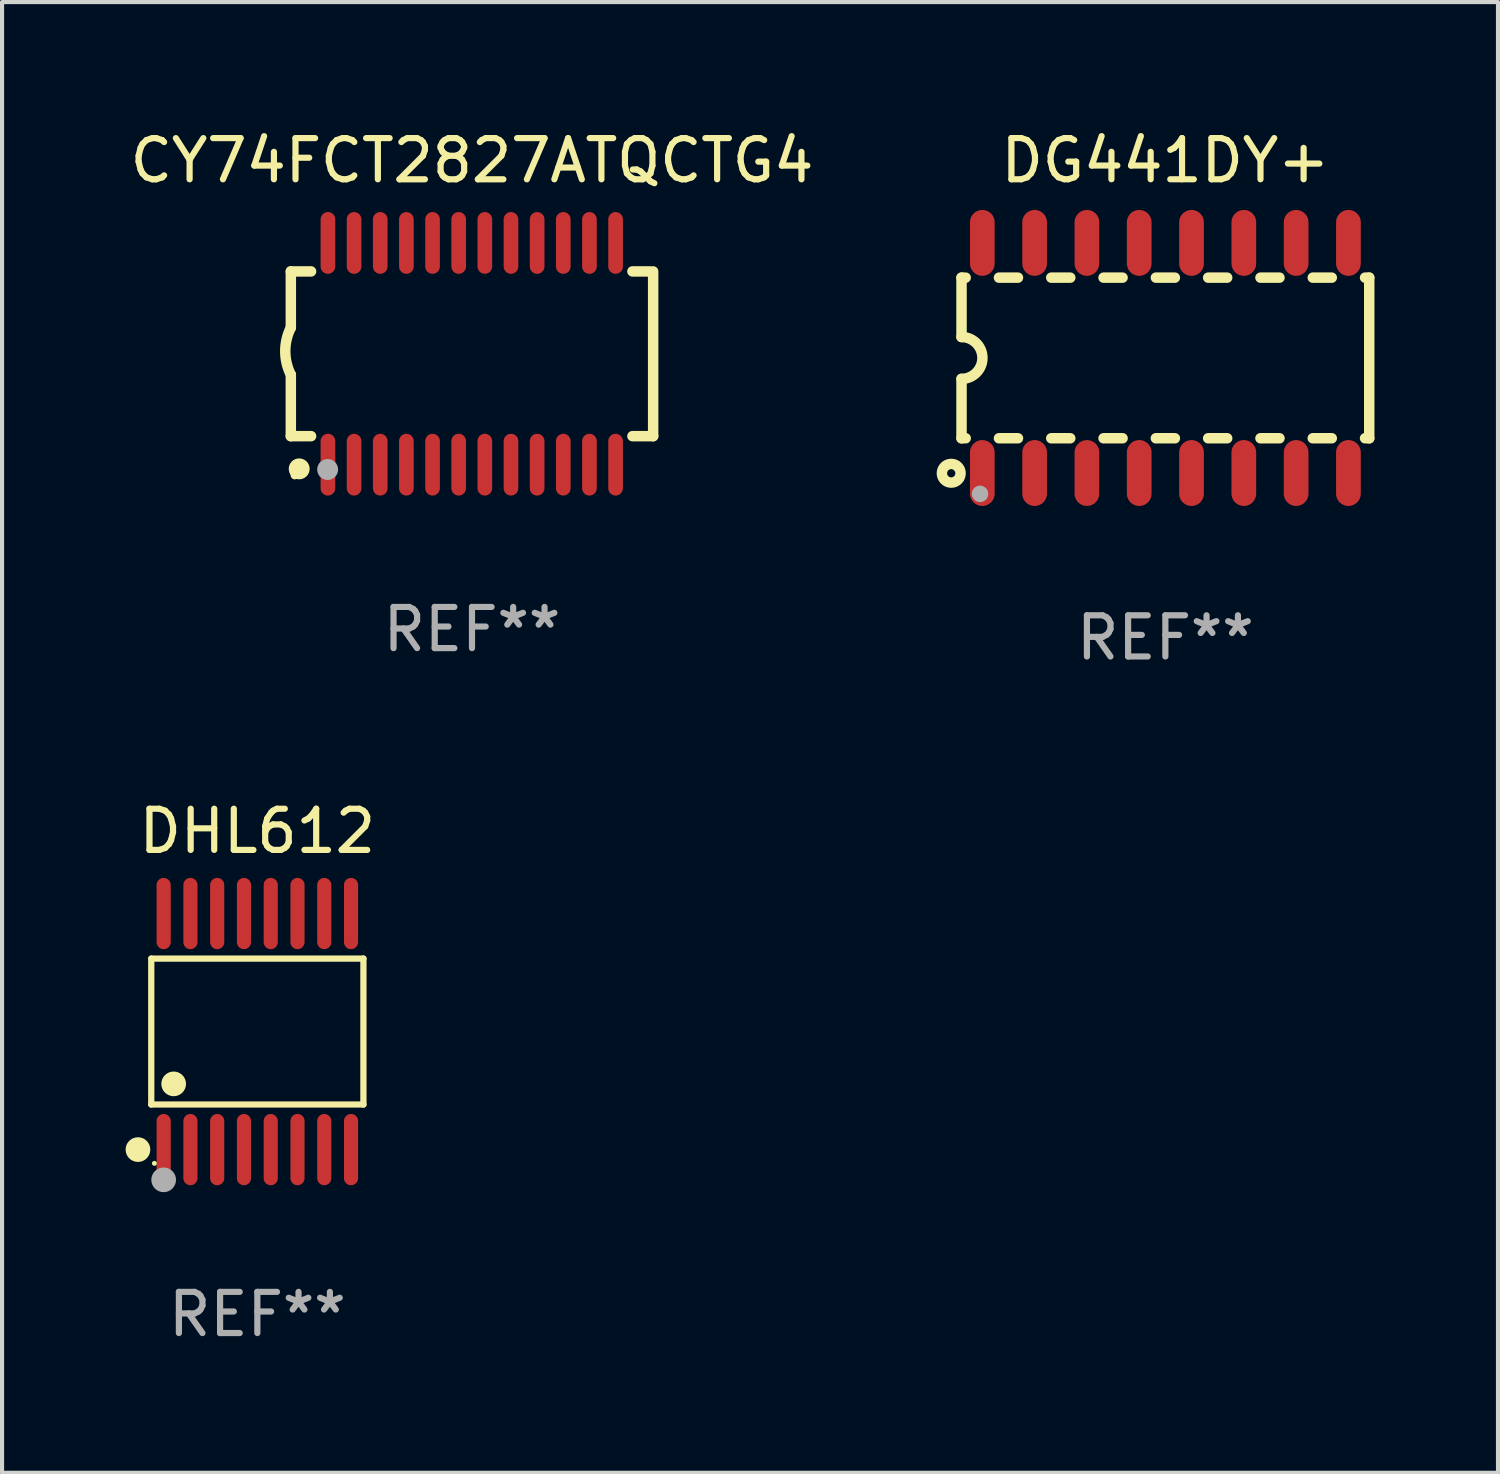
<source format=kicad_pcb>
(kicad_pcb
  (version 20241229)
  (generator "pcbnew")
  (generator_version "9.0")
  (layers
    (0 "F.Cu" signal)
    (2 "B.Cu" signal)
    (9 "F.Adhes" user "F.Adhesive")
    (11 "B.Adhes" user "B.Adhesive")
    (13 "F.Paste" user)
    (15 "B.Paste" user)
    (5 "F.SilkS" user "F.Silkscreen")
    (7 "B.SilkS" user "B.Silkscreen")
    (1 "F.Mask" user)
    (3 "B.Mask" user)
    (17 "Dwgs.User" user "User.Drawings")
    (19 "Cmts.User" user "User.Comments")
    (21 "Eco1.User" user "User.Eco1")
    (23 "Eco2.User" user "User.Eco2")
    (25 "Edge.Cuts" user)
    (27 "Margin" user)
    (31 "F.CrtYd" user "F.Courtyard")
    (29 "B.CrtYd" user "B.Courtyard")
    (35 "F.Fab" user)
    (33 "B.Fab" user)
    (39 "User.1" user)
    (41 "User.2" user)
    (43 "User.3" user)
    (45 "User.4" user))
  (footprint "CY74FCT2827ATQCTG4"
    (layer "F.Cu")
    (at 8.411 5.541)
    (property "Reference" "CY74FCT2827ATQCTG4" (at 0 -4.692 0) (layer "F.SilkS") (effects (font (size 1 1) (thickness 0.15))))
    (attr through_hole)
    (fp_line (start -4.399 -2) (end -4.399 -0.635) (stroke (width 0.254) (type solid)) (layer "F.SilkS"))
    (fp_line (start -4.399 -2) (end -3.907 -2) (stroke (width 0.254) (type solid)) (layer "F.SilkS"))
    (fp_line (start -4.399 2) (end -4.399 0.508) (stroke (width 0.254) (type solid)) (layer "F.SilkS"))
    (fp_line (start -4.399 2) (end -3.907 2) (stroke (width 0.254) (type solid)) (layer "F.SilkS"))
    (fp_line (start 3.896 -2) (end 4.313 -2) (stroke (width 0.254) (type solid)) (layer "F.SilkS"))
    (fp_line (start 3.896 2) (end 4.399 2) (stroke (width 0.254) (type solid)) (layer "F.SilkS"))
    (fp_line (start 4.399 2) (end 4.399 -2) (stroke (width 0.254) (type solid)) (layer "F.SilkS"))
    (fp_arc (start -4.399301 0.508001) (mid -4.534214 -0.0635) (end -4.399301 -0.635001) (stroke (width 0.254001) (type solid)) (layer "F.SilkS"))
    (fp_circle (center -4.305 2.95) (end -4.255 2.95) (stroke (width 0.1) (type solid)) (fill no) (layer "F.SilkS"))
    (fp_circle (center -4.196 2.794) (end -4.069 2.794) (stroke (width 0.254) (type solid)) (fill no) (layer "F.SilkS"))
    (fp_circle (center -3.505 2.81) (end -3.378 2.81) (stroke (width 0.254) (type solid)) (fill no) (layer "F.Fab"))
    (fp_text user "REF**" (at 0 6.692 0) (layer "F.Fab") (effects (font (size 1 1) (thickness 0.15))))
    (pad "1" smd oval (at -3.498 2.692 90) (size 1.5 0.356) (layers "F.Cu" "F.Mask" "F.Paste"))
    (pad "2" smd oval (at -2.863 2.692 90) (size 1.5 0.356) (layers "F.Cu" "F.Mask" "F.Paste"))
    (pad "3" smd oval (at -2.228 2.692 90) (size 1.5 0.356) (layers "F.Cu" "F.Mask" "F.Paste"))
    (pad "4" smd oval (at -1.593 2.692 90) (size 1.5 0.356) (layers "F.Cu" "F.Mask" "F.Paste"))
    (pad "5" smd oval (at -0.958 2.692 90) (size 1.5 0.356) (layers "F.Cu" "F.Mask" "F.Paste"))
    (pad "6" smd oval (at -0.323 2.692 90) (size 1.5 0.356) (layers "F.Cu" "F.Mask" "F.Paste"))
    (pad "7" smd oval (at 0.312 2.692 90) (size 1.5 0.356) (layers "F.Cu" "F.Mask" "F.Paste"))
    (pad "8" smd oval (at 0.947 2.692 90) (size 1.5 0.356) (layers "F.Cu" "F.Mask" "F.Paste"))
    (pad "9" smd oval (at 1.582 2.692 90) (size 1.5 0.356) (layers "F.Cu" "F.Mask" "F.Paste"))
    (pad "10" smd oval (at 2.217 2.692 90) (size 1.5 0.356) (layers "F.Cu" "F.Mask" "F.Paste"))
    (pad "11" smd oval (at 2.852 2.692 90) (size 1.5 0.356) (layers "F.Cu" "F.Mask" "F.Paste"))
    (pad "12" smd oval (at 3.487 2.692 90) (size 1.5 0.356) (layers "F.Cu" "F.Mask" "F.Paste"))
    (pad "13" smd oval (at 3.487 -2.692 90) (size 1.5 0.356) (layers "F.Cu" "F.Mask" "F.Paste"))
    (pad "14" smd oval (at 2.852 -2.692 90) (size 1.5 0.356) (layers "F.Cu" "F.Mask" "F.Paste"))
    (pad "15" smd oval (at 2.217 -2.692 90) (size 1.5 0.356) (layers "F.Cu" "F.Mask" "F.Paste"))
    (pad "16" smd oval (at 1.582 -2.692 90) (size 1.5 0.356) (layers "F.Cu" "F.Mask" "F.Paste"))
    (pad "17" smd oval (at 0.947 -2.692 90) (size 1.5 0.356) (layers "F.Cu" "F.Mask" "F.Paste"))
    (pad "18" smd oval (at 0.312 -2.692 90) (size 1.5 0.356) (layers "F.Cu" "F.Mask" "F.Paste"))
    (pad "19" smd oval (at -0.323 -2.692 90) (size 1.5 0.356) (layers "F.Cu" "F.Mask" "F.Paste"))
    (pad "20" smd oval (at -0.958 -2.692 90) (size 1.5 0.356) (layers "F.Cu" "F.Mask" "F.Paste"))
    (pad "21" smd oval (at -1.593 -2.692 90) (size 1.5 0.356) (layers "F.Cu" "F.Mask" "F.Paste"))
    (pad "22" smd oval (at -2.228 -2.692 90) (size 1.5 0.356) (layers "F.Cu" "F.Mask" "F.Paste"))
    (pad "23" smd oval (at -2.863 -2.692 90) (size 1.5 0.356) (layers "F.Cu" "F.Mask" "F.Paste"))
    (pad "24" smd oval (at -3.498 -2.692 90) (size 1.5 0.356) (layers "F.Cu" "F.Mask" "F.Paste")))
  (footprint "DHL612"
    (layer "F.Cu")
    (at 3.199 21.999)
    (property "Reference" "DHL612" (at 0 -4.866 0) (layer "F.SilkS") (effects (font (size 1 1) (thickness 0.15))))
    (attr through_hole)
    (fp_line (start -2.576 -1.772) (end 2.576 -1.772) (stroke (width 0.152) (type solid)) (layer "F.SilkS"))
    (fp_line (start -2.576 1.771) (end -2.576 -1.772) (stroke (width 0.152) (type solid)) (layer "F.SilkS"))
    (fp_line (start 2.576 -1.772) (end 2.576 1.771) (stroke (width 0.152) (type solid)) (layer "F.SilkS"))
    (fp_line (start 2.576 1.771) (end -2.576 1.771) (stroke (width 0.152) (type solid)) (layer "F.SilkS"))
    (fp_circle (center -2.899 2.866) (end -2.749 2.866) (stroke (width 0.3) (type solid)) (fill no) (layer "F.SilkS"))
    (fp_circle (center -2.5 3.2) (end -2.47 3.2) (stroke (width 0.06) (type solid)) (fill no) (layer "F.SilkS"))
    (fp_circle (center -2.032 1.27) (end -1.882 1.27) (stroke (width 0.3) (type solid)) (fill no) (layer "F.SilkS"))
    (fp_circle (center -2.275 3.6) (end -2.125 3.6) (stroke (width 0.3) (type solid)) (fill no) (layer "F.Fab"))
    (fp_text user "REF**" (at 0 6.866 0) (layer "F.Fab") (effects (font (size 1 1) (thickness 0.15))))
    (pad "1" smd oval (at -2.275 2.866) (size 0.343 1.731) (layers "F.Cu" "F.Mask" "F.Paste"))
    (pad "2" smd oval (at -1.625 2.866) (size 0.343 1.731) (layers "F.Cu" "F.Mask" "F.Paste"))
    (pad "3" smd oval (at -0.975 2.866) (size 0.343 1.731) (layers "F.Cu" "F.Mask" "F.Paste"))
    (pad "4" smd oval (at -0.325 2.866) (size 0.343 1.731) (layers "F.Cu" "F.Mask" "F.Paste"))
    (pad "5" smd oval (at 0.325 2.866) (size 0.343 1.731) (layers "F.Cu" "F.Mask" "F.Paste"))
    (pad "6" smd oval (at 0.975 2.866) (size 0.343 1.731) (layers "F.Cu" "F.Mask" "F.Paste"))
    (pad "7" smd oval (at 1.625 2.866) (size 0.343 1.731) (layers "F.Cu" "F.Mask" "F.Paste"))
    (pad "8" smd oval (at 2.275 2.866) (size 0.343 1.731) (layers "F.Cu" "F.Mask" "F.Paste"))
    (pad "9" smd oval (at 2.275 -2.866) (size 0.343 1.731) (layers "F.Cu" "F.Mask" "F.Paste"))
    (pad "10" smd oval (at 1.625 -2.866) (size 0.343 1.731) (layers "F.Cu" "F.Mask" "F.Paste"))
    (pad "11" smd oval (at 0.975 -2.866) (size 0.343 1.731) (layers "F.Cu" "F.Mask" "F.Paste"))
    (pad "12" smd oval (at 0.325 -2.866) (size 0.343 1.731) (layers "F.Cu" "F.Mask" "F.Paste"))
    (pad "13" smd oval (at -0.325 -2.866) (size 0.343 1.731) (layers "F.Cu" "F.Mask" "F.Paste"))
    (pad "14" smd oval (at -0.975 -2.866) (size 0.343 1.731) (layers "F.Cu" "F.Mask" "F.Paste"))
    (pad "15" smd oval (at -1.625 -2.866) (size 0.343 1.731) (layers "F.Cu" "F.Mask" "F.Paste"))
    (pad "16" smd oval (at -2.275 -2.866) (size 0.343 1.731) (layers "F.Cu" "F.Mask" "F.Paste")))
  (footprint "DG441DY+"
    (layer "F.Cu")
    (at 25.248 5.642)
    (property "Reference" "DG441DY+" (at 0 -4.794 0) (layer "F.SilkS") (effects (font (size 1 1) (thickness 0.15))))
    (attr through_hole)
    (fp_line (start -4.95 -1.95) (end -4.95 -0.508) (stroke (width 0.254) (type solid)) (layer "F.SilkS"))
    (fp_line (start -4.95 -1.95) (end -4.849 -1.95) (stroke (width 0.254) (type solid)) (layer "F.SilkS"))
    (fp_line (start -4.95 1.95) (end -4.95 0.508) (stroke (width 0.254) (type solid)) (layer "F.SilkS"))
    (fp_line (start -4.95 1.95) (end -4.849 1.95) (stroke (width 0.254) (type solid)) (layer "F.SilkS"))
    (fp_line (start -4.041 -1.95) (end -3.579 -1.95) (stroke (width 0.254) (type solid)) (layer "F.SilkS"))
    (fp_line (start -4.041 1.95) (end -3.579 1.95) (stroke (width 0.254) (type solid)) (layer "F.SilkS"))
    (fp_line (start -2.771 -1.95) (end -2.309 -1.95) (stroke (width 0.254) (type solid)) (layer "F.SilkS"))
    (fp_line (start -2.771 1.95) (end -2.309 1.95) (stroke (width 0.254) (type solid)) (layer "F.SilkS"))
    (fp_line (start -1.501 -1.95) (end -1.039 -1.95) (stroke (width 0.254) (type solid)) (layer "F.SilkS"))
    (fp_line (start -1.501 1.95) (end -1.039 1.95) (stroke (width 0.254) (type solid)) (layer "F.SilkS"))
    (fp_line (start -0.231 -1.95) (end 0.231 -1.95) (stroke (width 0.254) (type solid)) (layer "F.SilkS"))
    (fp_line (start -0.231 1.95) (end 0.231 1.95) (stroke (width 0.254) (type solid)) (layer "F.SilkS"))
    (fp_line (start 1.039 -1.95) (end 1.501 -1.95) (stroke (width 0.254) (type solid)) (layer "F.SilkS"))
    (fp_line (start 1.039 1.95) (end 1.501 1.95) (stroke (width 0.254) (type solid)) (layer "F.SilkS"))
    (fp_line (start 2.309 -1.95) (end 2.771 -1.95) (stroke (width 0.254) (type solid)) (layer "F.SilkS"))
    (fp_line (start 2.309 1.95) (end 2.771 1.95) (stroke (width 0.254) (type solid)) (layer "F.SilkS"))
    (fp_line (start 3.579 -1.95) (end 4.041 -1.95) (stroke (width 0.254) (type solid)) (layer "F.SilkS"))
    (fp_line (start 3.579 1.95) (end 4.041 1.95) (stroke (width 0.254) (type solid)) (layer "F.SilkS"))
    (fp_line (start 4.849 -1.95) (end 4.95 -1.95) (stroke (width 0.254) (type solid)) (layer "F.SilkS"))
    (fp_line (start 4.849 1.95) (end 4.95 1.95) (stroke (width 0.254) (type solid)) (layer "F.SilkS"))
    (fp_line (start 4.95 -1.95) (end 4.95 1.95) (stroke (width 0.254) (type solid)) (layer "F.SilkS"))
    (fp_arc (start -4.95047 -0.508001) (mid -4.442469 -0.000228) (end -4.950013 0.508001) (stroke (width 0.254001) (type solid)) (layer "F.SilkS"))
    (fp_circle (center -5.2 2.8) (end -5.1 2.8) (stroke (width 0.254) (type solid)) (fill no) (layer "F.SilkS"))
    (fp_circle (center -4.95 2.947) (end -4.92 2.947) (stroke (width 0.06) (type solid)) (fill no) (layer "F.SilkS"))
    (fp_circle (center -4.5 3.3) (end -4.4 3.3) (stroke (width 0.2) (type solid)) (fill no) (layer "F.Fab"))
    (fp_text user "REF**" (at 0 6.794 0) (layer "F.Fab") (effects (font (size 1 1) (thickness 0.15))))
    (pad "1" smd oval (at -4.445 2.794) (size 0.6 1.6) (layers "F.Cu" "F.Mask" "F.Paste"))
    (pad "2" smd oval (at -3.175 2.794) (size 0.6 1.6) (layers "F.Cu" "F.Mask" "F.Paste"))
    (pad "3" smd oval (at -1.905 2.794) (size 0.6 1.6) (layers "F.Cu" "F.Mask" "F.Paste"))
    (pad "4" smd oval (at -0.635 2.794) (size 0.6 1.6) (layers "F.Cu" "F.Mask" "F.Paste"))
    (pad "5" smd oval (at 0.635 2.794) (size 0.6 1.6) (layers "F.Cu" "F.Mask" "F.Paste"))
    (pad "6" smd oval (at 1.905 2.794) (size 0.6 1.6) (layers "F.Cu" "F.Mask" "F.Paste"))
    (pad "7" smd oval (at 3.175 2.794) (size 0.6 1.6) (layers "F.Cu" "F.Mask" "F.Paste"))
    (pad "8" smd oval (at 4.445 2.794) (size 0.6 1.6) (layers "F.Cu" "F.Mask" "F.Paste"))
    (pad "9" smd oval (at 4.445 -2.794) (size 0.6 1.6) (layers "F.Cu" "F.Mask" "F.Paste"))
    (pad "10" smd oval (at 3.175 -2.794) (size 0.6 1.6) (layers "F.Cu" "F.Mask" "F.Paste"))
    (pad "11" smd oval (at 1.905 -2.794) (size 0.6 1.6) (layers "F.Cu" "F.Mask" "F.Paste"))
    (pad "12" smd oval (at 0.635 -2.794) (size 0.6 1.6) (layers "F.Cu" "F.Mask" "F.Paste"))
    (pad "13" smd oval (at -0.635 -2.794) (size 0.6 1.6) (layers "F.Cu" "F.Mask" "F.Paste"))
    (pad "14" smd oval (at -1.905 -2.794) (size 0.6 1.6) (layers "F.Cu" "F.Mask" "F.Paste"))
    (pad "15" smd oval (at -3.175 -2.794) (size 0.6 1.6) (layers "F.Cu" "F.Mask" "F.Paste"))
    (pad "16" smd oval (at -4.445 -2.794) (size 0.6 1.6) (layers "F.Cu" "F.Mask" "F.Paste")))
  (gr_rect
    (start -3 -3)
    (end 33.325 32.713)
    (stroke (width 0.1) (type default))
    (fill no)
    (layer "Edge.Cuts")))
</source>
